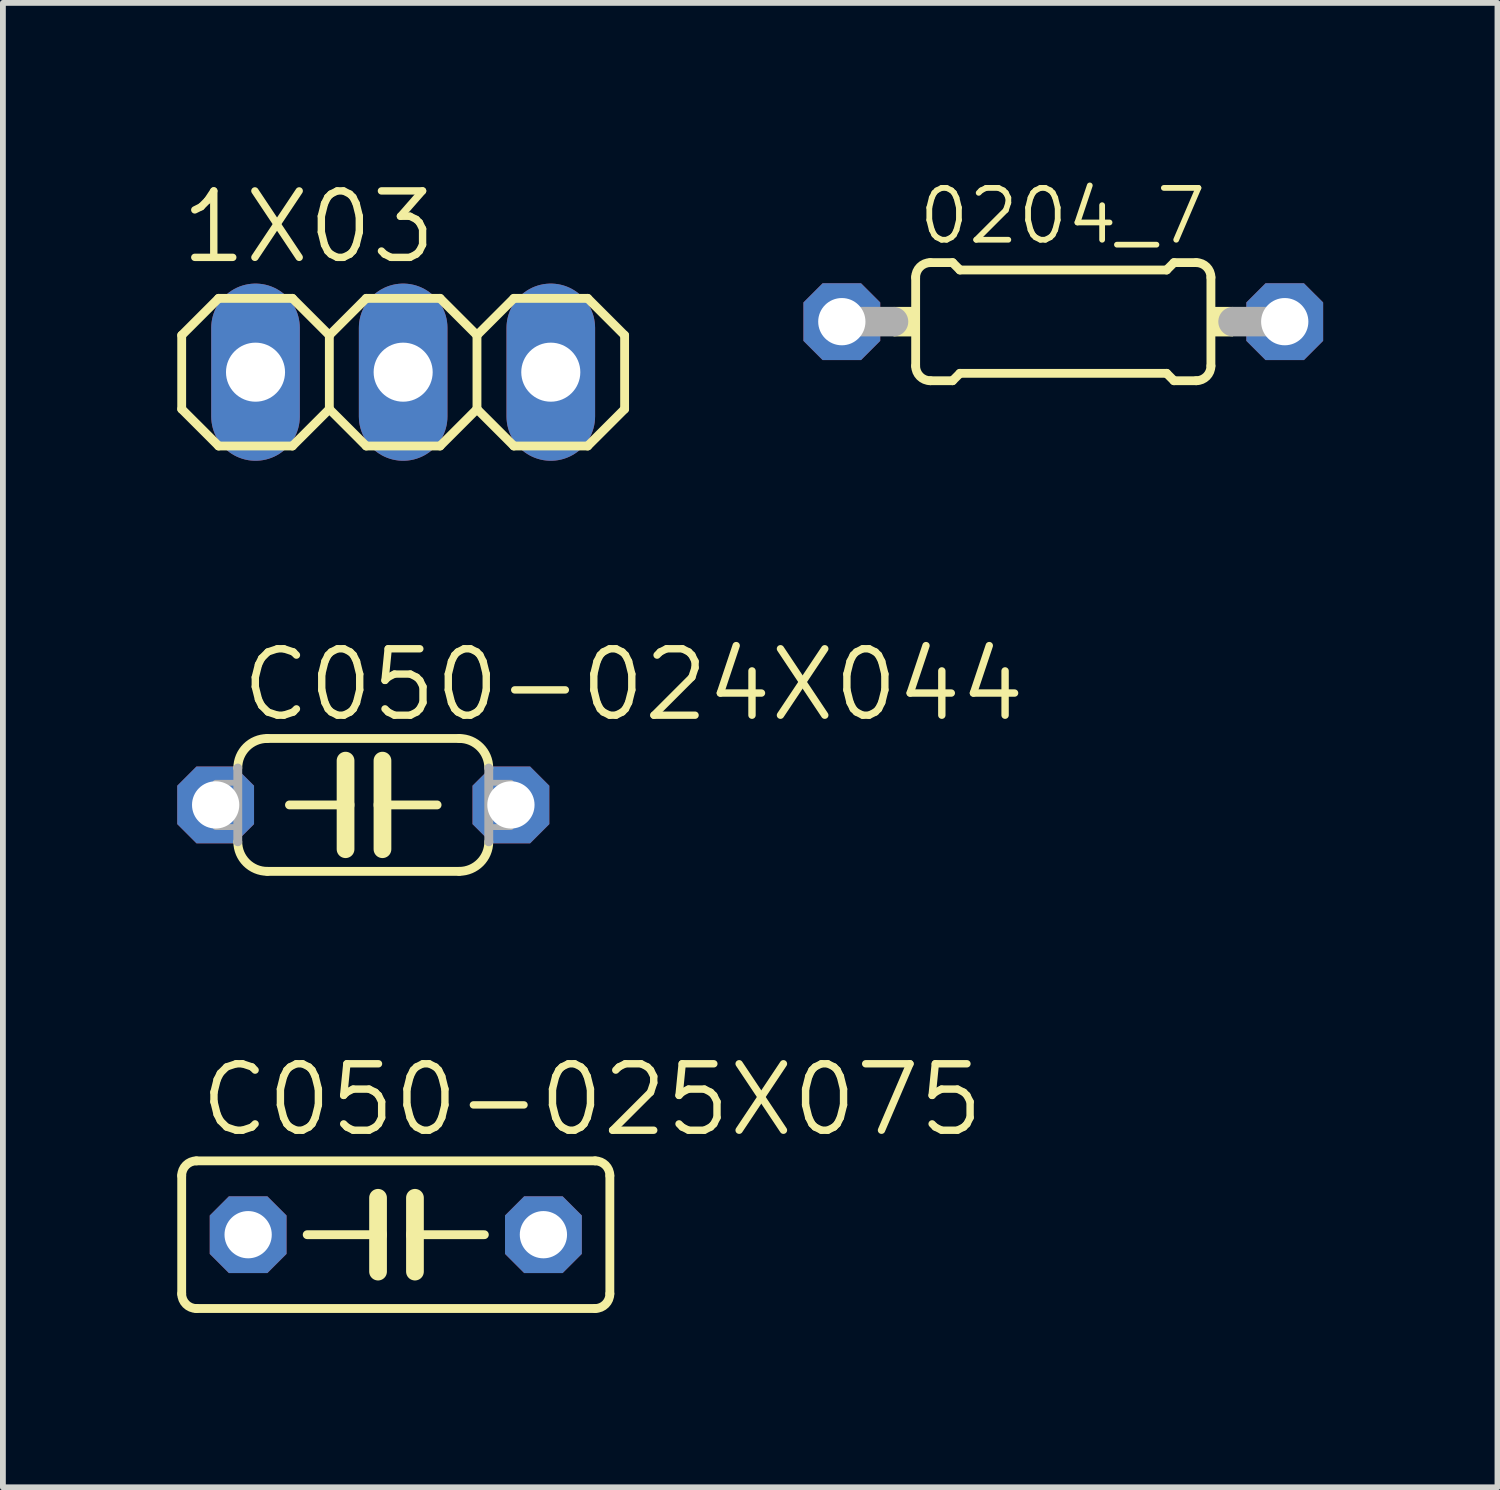
<source format=kicad_pcb>
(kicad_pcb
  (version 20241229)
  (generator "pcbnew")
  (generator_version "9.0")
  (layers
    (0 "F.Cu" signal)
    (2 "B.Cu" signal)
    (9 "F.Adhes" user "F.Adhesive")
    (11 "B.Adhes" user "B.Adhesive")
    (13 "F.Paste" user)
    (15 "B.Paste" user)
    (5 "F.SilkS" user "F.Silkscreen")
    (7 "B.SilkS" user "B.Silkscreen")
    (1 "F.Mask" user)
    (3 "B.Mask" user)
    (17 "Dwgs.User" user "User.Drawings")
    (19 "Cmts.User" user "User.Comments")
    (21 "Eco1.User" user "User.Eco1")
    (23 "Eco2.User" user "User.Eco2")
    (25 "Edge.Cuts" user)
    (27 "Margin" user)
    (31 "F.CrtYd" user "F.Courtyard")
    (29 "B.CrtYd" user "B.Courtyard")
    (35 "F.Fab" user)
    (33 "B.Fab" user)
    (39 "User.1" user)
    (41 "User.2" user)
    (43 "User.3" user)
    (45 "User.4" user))
  (footprint "C050-025X075"
    (layer "F.Cu")
    (at 3.759 18.192)
    (property "Reference" "C050-025X075" (at -3.429 -1.651 0) (layer "F.SilkS") (effects (font (size 1.143 1.143) (thickness 0.127)) (justify left bottom)))
    (fp_line (start -3.683 -1.016) (end -3.683 1.016) (stroke (width 0.152) (type solid)) (layer "F.SilkS"))
    (fp_line (start -3.429 1.27) (end 3.429 1.27) (stroke (width 0.152) (type solid)) (layer "F.SilkS"))
    (fp_line (start -0.305 -0.635) (end -0.305 0) (stroke (width 0.305) (type solid)) (layer "F.SilkS"))
    (fp_line (start -0.305 0) (end -1.524 0) (stroke (width 0.152) (type solid)) (layer "F.SilkS"))
    (fp_line (start -0.305 0) (end -0.305 0.635) (stroke (width 0.305) (type solid)) (layer "F.SilkS"))
    (fp_line (start 0.33 -0.635) (end 0.33 0) (stroke (width 0.305) (type solid)) (layer "F.SilkS"))
    (fp_line (start 0.33 0) (end 0.33 0.635) (stroke (width 0.305) (type solid)) (layer "F.SilkS"))
    (fp_line (start 0.33 0) (end 1.524 0) (stroke (width 0.152) (type solid)) (layer "F.SilkS"))
    (fp_line (start 3.429 -1.27) (end -3.429 -1.27) (stroke (width 0.152) (type solid)) (layer "F.SilkS"))
    (fp_line (start 3.683 1.016) (end 3.683 -1.016) (stroke (width 0.152) (type solid)) (layer "F.SilkS"))
    (fp_arc (start -3.683 -1.016) (mid -3.608605 -1.195605) (end -3.429 -1.27) (stroke (width 0.1524) (type solid)) (layer "F.SilkS"))
    (fp_arc (start -3.429 1.27) (mid -3.608605 1.195605) (end -3.683 1.016) (stroke (width 0.1524) (type solid)) (layer "F.SilkS"))
    (fp_arc (start 3.429 -1.27) (mid 3.608605 -1.195605) (end 3.683 -1.016) (stroke (width 0.1524) (type solid)) (layer "F.SilkS"))
    (fp_arc (start 3.683 1.016) (mid 3.608605 1.195605) (end 3.429 1.27) (stroke (width 0.1524) (type solid)) (layer "F.SilkS"))
    (pad "1" thru_hole roundrect (at -2.54 0) (size 1.321 1.321) (drill 0.813) (layers "*.Cu" "*.Mask") (roundrect_rratio 0.25) (chamfer_ratio 0.25) (chamfer top_left top_right bottom_left bottom_right))
    (pad "2" thru_hole roundrect (at 2.54 0) (size 1.321 1.321) (drill 0.813) (layers "*.Cu" "*.Mask") (roundrect_rratio 0.25) (chamfer_ratio 0.25) (chamfer top_left top_right bottom_left bottom_right)))
  (footprint "1X03"
    (layer "F.Cu")
    (at 3.886 3.353)
    (property "Reference" "1X03" (at -3.886 -1.829 0) (layer "F.SilkS") (effects (font (size 1.143 1.143) (thickness 0.127)) (justify left bottom)))
    (fp_line (start -3.81 -0.635) (end -3.81 0.635) (stroke (width 0.152) (type solid)) (layer "F.SilkS"))
    (fp_line (start -3.81 0.635) (end -3.175 1.27) (stroke (width 0.152) (type solid)) (layer "F.SilkS"))
    (fp_line (start -3.175 -1.27) (end -3.81 -0.635) (stroke (width 0.152) (type solid)) (layer "F.SilkS"))
    (fp_line (start -3.175 -1.27) (end -1.905 -1.27) (stroke (width 0.152) (type solid)) (layer "F.SilkS"))
    (fp_line (start -1.905 -1.27) (end -1.27 -0.635) (stroke (width 0.152) (type solid)) (layer "F.SilkS"))
    (fp_line (start -1.905 1.27) (end -3.175 1.27) (stroke (width 0.152) (type solid)) (layer "F.SilkS"))
    (fp_line (start -1.27 -0.635) (end -1.27 0.635) (stroke (width 0.152) (type solid)) (layer "F.SilkS"))
    (fp_line (start -1.27 -0.635) (end -0.635 -1.27) (stroke (width 0.152) (type solid)) (layer "F.SilkS"))
    (fp_line (start -1.27 0.635) (end -1.905 1.27) (stroke (width 0.152) (type solid)) (layer "F.SilkS"))
    (fp_line (start -0.635 -1.27) (end 0.635 -1.27) (stroke (width 0.152) (type solid)) (layer "F.SilkS"))
    (fp_line (start -0.635 1.27) (end -1.27 0.635) (stroke (width 0.152) (type solid)) (layer "F.SilkS"))
    (fp_line (start 0.635 -1.27) (end 1.27 -0.635) (stroke (width 0.152) (type solid)) (layer "F.SilkS"))
    (fp_line (start 0.635 1.27) (end -0.635 1.27) (stroke (width 0.152) (type solid)) (layer "F.SilkS"))
    (fp_line (start 1.27 -0.635) (end 1.27 0.635) (stroke (width 0.152) (type solid)) (layer "F.SilkS"))
    (fp_line (start 1.27 -0.635) (end 1.905 -1.27) (stroke (width 0.152) (type solid)) (layer "F.SilkS"))
    (fp_line (start 1.27 0.635) (end 0.635 1.27) (stroke (width 0.152) (type solid)) (layer "F.SilkS"))
    (fp_line (start 1.905 -1.27) (end 3.175 -1.27) (stroke (width 0.152) (type solid)) (layer "F.SilkS"))
    (fp_line (start 1.905 1.27) (end 1.27 0.635) (stroke (width 0.152) (type solid)) (layer "F.SilkS"))
    (fp_line (start 3.175 -1.27) (end 3.81 -0.635) (stroke (width 0.152) (type solid)) (layer "F.SilkS"))
    (fp_line (start 3.175 1.27) (end 1.905 1.27) (stroke (width 0.152) (type solid)) (layer "F.SilkS"))
    (fp_line (start 3.81 -0.635) (end 3.81 0.635) (stroke (width 0.152) (type solid)) (layer "F.SilkS"))
    (fp_line (start 3.81 0.635) (end 3.175 1.27) (stroke (width 0.152) (type solid)) (layer "F.SilkS"))
    (fp_poly (pts (xy -2.794 0.254) (xy -2.286 0.254) (xy -2.286 -0.254) (xy -2.794 -0.254)) (stroke (width 0.1) (type solid)) (fill no) (layer "F.Fab"))
    (fp_poly (pts (xy -0.254 0.254) (xy 0.254 0.254) (xy 0.254 -0.254) (xy -0.254 -0.254)) (stroke (width 0.1) (type solid)) (fill no) (layer "F.Fab"))
    (fp_poly (pts (xy 2.286 0.254) (xy 2.794 0.254) (xy 2.794 -0.254) (xy 2.286 -0.254)) (stroke (width 0.1) (type solid)) (fill no) (layer "F.Fab"))
    (pad "1" thru_hole oval (at -2.54 0 90) (size 3.048 1.524) (drill 1.016) (layers "*.Cu" "*.Mask"))
    (pad "2" thru_hole oval (at 0 0 90) (size 3.048 1.524) (drill 1.016) (layers "*.Cu" "*.Mask"))
    (pad "3" thru_hole oval (at 2.54 0 90) (size 3.048 1.524) (drill 1.016) (layers "*.Cu" "*.Mask")))
  (footprint "0204_7"
    (layer "F.Cu")
    (at 15.243 2.484)
    (property "Reference" "0204_7" (at -2.54 -1.295 0) (layer "F.SilkS") (effects (font (size 0.892 0.892) (thickness 0.099)) (justify left bottom)))
    (fp_line (start -2.54 0.762) (end -2.54 -0.762) (stroke (width 0.152) (type solid)) (layer "F.SilkS"))
    (fp_line (start -2.286 -1.016) (end -1.905 -1.016) (stroke (width 0.152) (type solid)) (layer "F.SilkS"))
    (fp_line (start -2.286 1.016) (end -1.905 1.016) (stroke (width 0.152) (type solid)) (layer "F.SilkS"))
    (fp_line (start -1.778 -0.889) (end -1.905 -1.016) (stroke (width 0.152) (type solid)) (layer "F.SilkS"))
    (fp_line (start -1.778 0.889) (end -1.905 1.016) (stroke (width 0.152) (type solid)) (layer "F.SilkS"))
    (fp_line (start 1.778 -0.889) (end -1.778 -0.889) (stroke (width 0.152) (type solid)) (layer "F.SilkS"))
    (fp_line (start 1.778 -0.889) (end 1.905 -1.016) (stroke (width 0.152) (type solid)) (layer "F.SilkS"))
    (fp_line (start 1.778 0.889) (end -1.778 0.889) (stroke (width 0.152) (type solid)) (layer "F.SilkS"))
    (fp_line (start 1.778 0.889) (end 1.905 1.016) (stroke (width 0.152) (type solid)) (layer "F.SilkS"))
    (fp_line (start 2.286 -1.016) (end 1.905 -1.016) (stroke (width 0.152) (type solid)) (layer "F.SilkS"))
    (fp_line (start 2.286 1.016) (end 1.905 1.016) (stroke (width 0.152) (type solid)) (layer "F.SilkS"))
    (fp_line (start 2.54 0.762) (end 2.54 -0.762) (stroke (width 0.152) (type solid)) (layer "F.SilkS"))
    (fp_arc (start -2.54 -0.762) (mid -2.465605 -0.941605) (end -2.286 -1.016) (stroke (width 0.1524) (type solid)) (layer "F.SilkS"))
    (fp_arc (start -2.286 1.016) (mid -2.465605 0.941605) (end -2.54 0.762) (stroke (width 0.1524) (type solid)) (layer "F.SilkS"))
    (fp_arc (start 2.286 -1.016) (mid 2.465605 -0.941605) (end 2.54 -0.762) (stroke (width 0.1524) (type solid)) (layer "F.SilkS"))
    (fp_arc (start 2.54 0.762) (mid 2.465605 0.941605) (end 2.286 1.016) (stroke (width 0.1524) (type solid)) (layer "F.SilkS"))
    (fp_poly (pts (xy -2.921 0.254) (xy -2.54 0.254) (xy -2.54 -0.254) (xy -2.921 -0.254)) (stroke (width 0) (type solid)) (fill yes) (layer "F.SilkS"))
    (fp_poly (pts (xy 2.54 0.254) (xy 2.921 0.254) (xy 2.921 -0.254) (xy 2.54 -0.254)) (stroke (width 0) (type solid)) (fill yes) (layer "F.SilkS"))
    (fp_line (start -3.81 0) (end -2.921 0) (stroke (width 0.508) (type solid)) (layer "F.Fab"))
    (fp_line (start 3.81 0) (end 2.921 0) (stroke (width 0.508) (type solid)) (layer "F.Fab"))
    (pad "1" thru_hole roundrect (at -3.81 0) (size 1.321 1.321) (drill 0.813) (layers "*.Cu" "*.Mask") (roundrect_rratio 0.25) (chamfer_ratio 0.25) (chamfer top_left top_right bottom_left bottom_right))
    (pad "2" thru_hole roundrect (at 3.81 0) (size 1.321 1.321) (drill 0.813) (layers "*.Cu" "*.Mask") (roundrect_rratio 0.25) (chamfer_ratio 0.25) (chamfer top_left top_right bottom_left bottom_right)))
  (footprint "C050-024X044"
    (layer "F.Cu")
    (at 3.2 10.798)
    (property "Reference" "C050-024X044" (at -2.159 -1.397 0) (layer "F.SilkS") (effects (font (size 1.143 1.143) (thickness 0.127)) (justify left bottom)))
    (fp_line (start -1.27 0) (end -0.305 0) (stroke (width 0.152) (type solid)) (layer "F.SilkS"))
    (fp_line (start -0.305 -0.762) (end -0.305 0) (stroke (width 0.305) (type solid)) (layer "F.SilkS"))
    (fp_line (start -0.305 0) (end -0.305 0.762) (stroke (width 0.305) (type solid)) (layer "F.SilkS"))
    (fp_line (start 0.33 -0.762) (end 0.33 0) (stroke (width 0.305) (type solid)) (layer "F.SilkS"))
    (fp_line (start 0.33 0) (end 0.33 0.762) (stroke (width 0.305) (type solid)) (layer "F.SilkS"))
    (fp_line (start 1.27 0) (end 0.33 0) (stroke (width 0.152) (type solid)) (layer "F.SilkS"))
    (fp_line (start 1.651 -1.143) (end -1.651 -1.143) (stroke (width 0.152) (type solid)) (layer "F.SilkS"))
    (fp_line (start 1.651 1.143) (end -1.651 1.143) (stroke (width 0.152) (type solid)) (layer "F.SilkS"))
    (fp_arc (start -2.159 -0.635) (mid -2.01021 -0.99421) (end -1.651 -1.143) (stroke (width 0.1524) (type solid)) (layer "F.SilkS"))
    (fp_arc (start -1.651 1.143) (mid -2.01021 0.99421) (end -2.159 0.635) (stroke (width 0.1524) (type solid)) (layer "F.SilkS"))
    (fp_arc (start 1.651 -1.143) (mid 2.01021 -0.99421) (end 2.159 -0.635) (stroke (width 0.1524) (type solid)) (layer "F.SilkS"))
    (fp_arc (start 2.159 0.635) (mid 2.01021 0.99421) (end 1.651 1.143) (stroke (width 0.1524) (type solid)) (layer "F.SilkS"))
    (fp_line (start -2.159 0.635) (end -2.159 -0.635) (stroke (width 0.152) (type solid)) (layer "F.Fab"))
    (fp_line (start 2.159 0.635) (end 2.159 -0.635) (stroke (width 0.152) (type solid)) (layer "F.Fab"))
    (fp_poly (pts (xy -2.54 0.381) (xy -2.159 0.381) (xy -2.159 -0.381) (xy -2.54 -0.381)) (stroke (width 0.1) (type solid)) (fill no) (layer "F.Fab"))
    (fp_poly (pts (xy 2.159 0.381) (xy 2.54 0.381) (xy 2.54 -0.381) (xy 2.159 -0.381)) (stroke (width 0.1) (type solid)) (fill no) (layer "F.Fab"))
    (pad "1" thru_hole roundrect (at -2.54 0) (size 1.321 1.321) (drill 0.813) (layers "*.Cu" "*.Mask") (roundrect_rratio 0.25) (chamfer_ratio 0.25) (chamfer top_left top_right bottom_left bottom_right))
    (pad "2" thru_hole roundrect (at 2.54 0) (size 1.321 1.321) (drill 0.813) (layers "*.Cu" "*.Mask") (roundrect_rratio 0.25) (chamfer_ratio 0.25) (chamfer top_left top_right bottom_left bottom_right)))
  (gr_rect
    (start -3 -3)
    (end 22.713 22.538)
    (stroke (width 0.1) (type default))
    (fill no)
    (layer "Edge.Cuts")))
</source>
